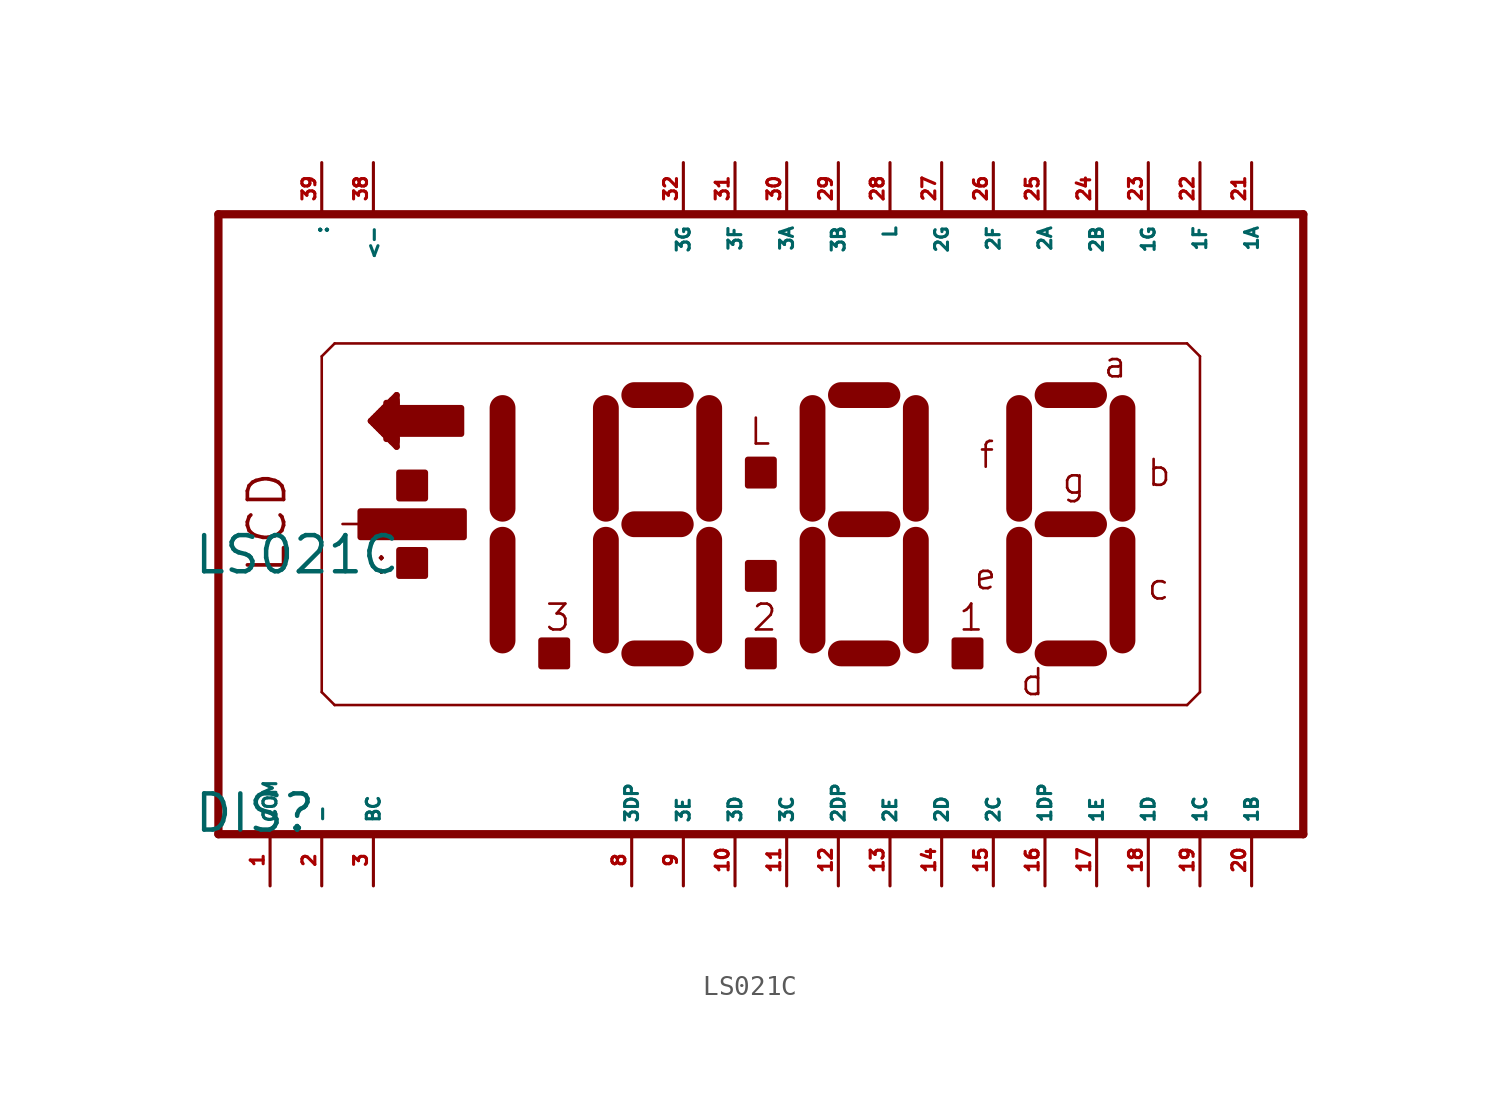
<source format=kicad_sym>
(kicad_symbol_lib
  (version 20220914)
  (generator Eagle2Kicad)
  (symbol "LS021C"
    (property "Reference" "DIS"
      (at -26.67 -15.24 0)
      (effects (font (size 1.778 1.778) (thickness 0.22)) (justify left bottom)))
    (property "Value" "LS021C"
      (at -26.67 -2.54 0)
      (effects (font (size 1.778 1.778) (thickness 0.22)) (justify left bottom)))
    (polyline
      (pts (xy -25.4 -15.24) (xy 27.94 -15.24))
      (stroke (width 0.406) (type default))
      (fill (type none)))
    (polyline
      (pts (xy 27.94 15.24) (xy -25.4 15.24))
      (stroke (width 0.406) (type default))
      (fill (type none)))
    (polyline
      (pts (xy -25.4 15.24) (xy -25.4 -15.24))
      (stroke (width 0.406) (type default))
      (fill (type none)))
    (polyline
      (pts (xy 27.94 -15.24) (xy 27.94 15.24))
      (stroke (width 0.406) (type default))
      (fill (type none)))
    (polyline
      (pts (xy -19.685 8.89) (xy -20.32 8.255))
      (stroke (width 0.127) (type default))
      (fill (type none)))
    (polyline
      (pts (xy -20.32 8.255) (xy -20.32 -8.255))
      (stroke (width 0.127) (type default))
      (fill (type none)))
    (polyline
      (pts (xy -20.32 -8.255) (xy -19.685 -8.89))
      (stroke (width 0.127) (type default))
      (fill (type none)))
    (polyline
      (pts (xy -19.685 -8.89) (xy 22.225 -8.89))
      (stroke (width 0.127) (type default))
      (fill (type none)))
    (polyline
      (pts (xy 22.225 -8.89) (xy 22.86 -8.255))
      (stroke (width 0.127) (type default))
      (fill (type none)))
    (polyline
      (pts (xy 22.86 -8.255) (xy 22.86 8.255))
      (stroke (width 0.127) (type default))
      (fill (type none)))
    (polyline
      (pts (xy 22.86 8.255) (xy 22.225 8.89))
      (stroke (width 0.127) (type default))
      (fill (type none)))
    (polyline
      (pts (xy 22.225 8.89) (xy -19.685 8.89))
      (stroke (width 0.127) (type default))
      (fill (type none)))
    (polyline
      (pts (xy -11.43 -5.715) (xy -11.43 -0.762))
      (stroke (width 1.27) (type default))
      (fill (type none)))
    (polyline
      (pts (xy -11.43 0.762) (xy -11.43 5.715))
      (stroke (width 1.27) (type default))
      (fill (type none)))
    (polyline
      (pts (xy 13.97 5.715) (xy 13.97 0.762))
      (stroke (width 1.27) (type default))
      (fill (type none)))
    (polyline
      (pts (xy 13.97 -0.762) (xy 13.97 -5.715))
      (stroke (width 1.27) (type default))
      (fill (type none)))
    (polyline
      (pts (xy 15.367 -6.35) (xy 17.653 -6.35))
      (stroke (width 1.27) (type default))
      (fill (type none)))
    (polyline
      (pts (xy 19.05 -5.715) (xy 19.05 -0.762))
      (stroke (width 1.27) (type default))
      (fill (type none)))
    (polyline
      (pts (xy 19.05 0.762) (xy 19.05 5.715))
      (stroke (width 1.27) (type default))
      (fill (type none)))
    (polyline
      (pts (xy 15.367 6.35) (xy 17.653 6.35))
      (stroke (width 1.27) (type default))
      (fill (type none)))
    (polyline
      (pts (xy 15.367 0) (xy 17.653 0))
      (stroke (width 1.27) (type default))
      (fill (type none)))
    (polyline
      (pts (xy -6.35 5.715) (xy -6.35 0.762))
      (stroke (width 1.27) (type default))
      (fill (type none)))
    (polyline
      (pts (xy -6.35 -0.762) (xy -6.35 -5.715))
      (stroke (width 1.27) (type default))
      (fill (type none)))
    (polyline
      (pts (xy -4.953 -6.35) (xy -2.667 -6.35))
      (stroke (width 1.27) (type default))
      (fill (type none)))
    (polyline
      (pts (xy -1.27 -5.715) (xy -1.27 -0.762))
      (stroke (width 1.27) (type default))
      (fill (type none)))
    (polyline
      (pts (xy -1.27 0.762) (xy -1.27 5.715))
      (stroke (width 1.27) (type default))
      (fill (type none)))
    (polyline
      (pts (xy -4.953 6.35) (xy -2.667 6.35))
      (stroke (width 1.27) (type default))
      (fill (type none)))
    (polyline
      (pts (xy -4.953 0) (xy -2.667 0))
      (stroke (width 1.27) (type default))
      (fill (type none)))
    (polyline
      (pts (xy 3.81 5.715) (xy 3.81 0.762))
      (stroke (width 1.27) (type default))
      (fill (type none)))
    (polyline
      (pts (xy 3.81 -0.762) (xy 3.81 -5.715))
      (stroke (width 1.27) (type default))
      (fill (type none)))
    (polyline
      (pts (xy 5.207 -6.35) (xy 7.493 -6.35))
      (stroke (width 1.27) (type default))
      (fill (type none)))
    (polyline
      (pts (xy 8.89 -5.715) (xy 8.89 -0.762))
      (stroke (width 1.27) (type default))
      (fill (type none)))
    (polyline
      (pts (xy 8.89 0.762) (xy 8.89 5.715))
      (stroke (width 1.27) (type default))
      (fill (type none)))
    (polyline
      (pts (xy 5.207 6.35) (xy 7.493 6.35))
      (stroke (width 1.27) (type default))
      (fill (type none)))
    (polyline
      (pts (xy 5.207 0) (xy 7.493 0))
      (stroke (width 1.27) (type default))
      (fill (type none)))
    (polyline
      (pts (xy -17.907 5.08) (xy -16.637 6.35))
      (stroke (width 0.305) (type default))
      (fill (type none)))
    (polyline
      (pts (xy -16.637 6.35) (xy -16.637 3.81))
      (stroke (width 0.305) (type default))
      (fill (type none)))
    (polyline
      (pts (xy -16.637 3.81) (xy -17.907 5.08))
      (stroke (width 0.305) (type default))
      (fill (type none)))
    (text "LCD"
      (at -21.971 -2.54 900)
      (effects (font (size 1.778 1.778) (thickness 0.18)) (justify left bottom)))
    (text "L"
      (at 0.635 3.81 0)
      (effects (font (size 1.27 1.27) (thickness 0.13)) (justify left bottom)))
    (text "a"
      (at 18.034 7.112 0)
      (effects (font (size 1.27 1.27) (thickness 0.13)) (justify left bottom)))
    (text "b"
      (at 20.193 1.778 0)
      (effects (font (size 1.27 1.27) (thickness 0.13)) (justify left bottom)))
    (text "c"
      (at 20.193 -3.81 0)
      (effects (font (size 1.27 1.27) (thickness 0.13)) (justify left bottom)))
    (text "d"
      (at 13.97 -8.509 0)
      (effects (font (size 1.27 1.27) (thickness 0.13)) (justify left bottom)))
    (text "e"
      (at 11.684 -3.302 0)
      (effects (font (size 1.27 1.27) (thickness 0.13)) (justify left bottom)))
    (text "f"
      (at 11.938 2.667 0)
      (effects (font (size 1.27 1.27) (thickness 0.13)) (justify left bottom)))
    (text "g"
      (at 16.002 1.397 0)
      (effects (font (size 1.27 1.27) (thickness 0.13)) (justify left bottom)))
    (text ":"
      (at -17.78 -2.54 0)
      (effects (font (size 1.27 1.27) (thickness 0.13)) (justify left bottom)))
    (text "-"
      (at -19.685 -0.635 0)
      (effects (font (size 1.27 1.27) (thickness 0.13)) (justify left bottom)))
    (text "1"
      (at 10.922 -5.334 0)
      (effects (font (size 1.27 1.27) (thickness 0.13)) (justify left bottom)))
    (text "2"
      (at 0.762 -5.334 0)
      (effects (font (size 1.27 1.27) (thickness 0.13)) (justify left bottom)))
    (text "3"
      (at -9.398 -5.334 0)
      (effects (font (size 1.27 1.27) (thickness 0.13)) (justify left bottom)))
    (rectangle
      (start -18.415 -0.635)
      (end -13.335 0.635)
      (stroke (width 0.3) (type default))
      (fill (type outline)))
    (rectangle
      (start -16.51 1.27)
      (end -15.24 2.54)
      (stroke (width 0.3) (type default))
      (fill (type outline)))
    (rectangle
      (start -16.51 -2.54)
      (end -15.24 -1.27)
      (stroke (width 0.3) (type default))
      (fill (type outline)))
    (rectangle
      (start -9.525 -6.985)
      (end -8.255 -5.715)
      (stroke (width 0.3) (type default))
      (fill (type outline)))
    (rectangle
      (start 0.635 -6.985)
      (end 1.905 -5.715)
      (stroke (width 0.3) (type default))
      (fill (type outline)))
    (rectangle
      (start 0.635 -3.175)
      (end 1.905 -1.905)
      (stroke (width 0.3) (type default))
      (fill (type outline)))
    (rectangle
      (start 0.635 1.905)
      (end 1.905 3.175)
      (stroke (width 0.3) (type default))
      (fill (type outline)))
    (rectangle
      (start 10.795 -6.985)
      (end 12.065 -5.715)
      (stroke (width 0.3) (type default))
      (fill (type outline)))
    (rectangle
      (start -17.78 4.953)
      (end -17.272 5.207)
      (stroke (width 0.3) (type default))
      (fill (type outline)))
    (rectangle
      (start -17.653 5.207)
      (end -17.272 5.334)
      (stroke (width 0.3) (type default))
      (fill (type outline)))
    (rectangle
      (start -17.526 5.334)
      (end -17.272 5.461)
      (stroke (width 0.3) (type default))
      (fill (type outline)))
    (rectangle
      (start -17.399 5.461)
      (end -17.272 5.588)
      (stroke (width 0.3) (type default))
      (fill (type outline)))
    (rectangle
      (start -17.653 4.826)
      (end -17.272 4.953)
      (stroke (width 0.3) (type default))
      (fill (type outline)))
    (rectangle
      (start -17.526 4.699)
      (end -17.272 4.826)
      (stroke (width 0.3) (type default))
      (fill (type outline)))
    (rectangle
      (start -17.399 4.572)
      (end -17.272 4.699)
      (stroke (width 0.3) (type default))
      (fill (type outline)))
    (rectangle
      (start -17.145 5.715)
      (end -16.637 5.969)
      (stroke (width 0.3) (type default))
      (fill (type outline)))
    (rectangle
      (start -16.891 5.969)
      (end -16.637 6.096)
      (stroke (width 0.3) (type default))
      (fill (type outline)))
    (rectangle
      (start -17.145 4.191)
      (end -16.637 4.445)
      (stroke (width 0.3) (type default))
      (fill (type outline)))
    (rectangle
      (start -16.891 4.064)
      (end -16.637 4.191)
      (stroke (width 0.3) (type default))
      (fill (type outline)))
    (rectangle
      (start -17.272 4.445)
      (end -13.462 5.715)
      (stroke (width 0.3) (type default))
      (fill (type outline)))
    (pin passive line
      (at -22.86 -17.78 90)
      (length 2.54)
      (name "COM" (effects (font (size 0.635 0.635) (thickness 0.08)) (justify left bottom)))
      (number "1" (effects (font (size 0.635 0.635) (thickness 0.08)) (justify left bottom))))
    (pin passive line
      (at -20.32 -17.78 90)
      (length 2.54)
      (name "-" (effects (font (size 0.635 0.635) (thickness 0.08)) (justify left bottom)))
      (number "2" (effects (font (size 0.635 0.635) (thickness 0.08)) (justify left bottom))))
    (pin passive line
      (at -17.78 -17.78 90)
      (length 2.54)
      (name "BC" (effects (font (size 0.635 0.635) (thickness 0.08)) (justify left bottom)))
      (number "3" (effects (font (size 0.635 0.635) (thickness 0.08)) (justify left bottom))))
    (pin passive line
      (at -5.08 -17.78 90)
      (length 2.54)
      (name "3DP" (effects (font (size 0.635 0.635) (thickness 0.08)) (justify left bottom)))
      (number "8" (effects (font (size 0.635 0.635) (thickness 0.08)) (justify left bottom))))
    (pin passive line
      (at -2.54 -17.78 90)
      (length 2.54)
      (name "3E" (effects (font (size 0.635 0.635) (thickness 0.08)) (justify left bottom)))
      (number "9" (effects (font (size 0.635 0.635) (thickness 0.08)) (justify left bottom))))
    (pin passive line
      (at 0 -17.78 90)
      (length 2.54)
      (name "3D" (effects (font (size 0.635 0.635) (thickness 0.08)) (justify left bottom)))
      (number "10" (effects (font (size 0.635 0.635) (thickness 0.08)) (justify left bottom))))
    (pin passive line
      (at 2.54 -17.78 90)
      (length 2.54)
      (name "3C" (effects (font (size 0.635 0.635) (thickness 0.08)) (justify left bottom)))
      (number "11" (effects (font (size 0.635 0.635) (thickness 0.08)) (justify left bottom))))
    (pin passive line
      (at 5.08 -17.78 90)
      (length 2.54)
      (name "2DP" (effects (font (size 0.635 0.635) (thickness 0.08)) (justify left bottom)))
      (number "12" (effects (font (size 0.635 0.635) (thickness 0.08)) (justify left bottom))))
    (pin passive line
      (at 7.62 -17.78 90)
      (length 2.54)
      (name "2E" (effects (font (size 0.635 0.635) (thickness 0.08)) (justify left bottom)))
      (number "13" (effects (font (size 0.635 0.635) (thickness 0.08)) (justify left bottom))))
    (pin passive line
      (at 10.16 -17.78 90)
      (length 2.54)
      (name "2D" (effects (font (size 0.635 0.635) (thickness 0.08)) (justify left bottom)))
      (number "14" (effects (font (size 0.635 0.635) (thickness 0.08)) (justify left bottom))))
    (pin passive line
      (at 12.7 -17.78 90)
      (length 2.54)
      (name "2C" (effects (font (size 0.635 0.635) (thickness 0.08)) (justify left bottom)))
      (number "15" (effects (font (size 0.635 0.635) (thickness 0.08)) (justify left bottom))))
    (pin passive line
      (at 15.24 -17.78 90)
      (length 2.54)
      (name "1DP" (effects (font (size 0.635 0.635) (thickness 0.08)) (justify left bottom)))
      (number "16" (effects (font (size 0.635 0.635) (thickness 0.08)) (justify left bottom))))
    (pin passive line
      (at 17.78 -17.78 90)
      (length 2.54)
      (name "1E" (effects (font (size 0.635 0.635) (thickness 0.08)) (justify left bottom)))
      (number "17" (effects (font (size 0.635 0.635) (thickness 0.08)) (justify left bottom))))
    (pin passive line
      (at 20.32 -17.78 90)
      (length 2.54)
      (name "1D" (effects (font (size 0.635 0.635) (thickness 0.08)) (justify left bottom)))
      (number "18" (effects (font (size 0.635 0.635) (thickness 0.08)) (justify left bottom))))
    (pin passive line
      (at 22.86 -17.78 90)
      (length 2.54)
      (name "1C" (effects (font (size 0.635 0.635) (thickness 0.08)) (justify left bottom)))
      (number "19" (effects (font (size 0.635 0.635) (thickness 0.08)) (justify left bottom))))
    (pin passive line
      (at 25.4 -17.78 90)
      (length 2.54)
      (name "1B" (effects (font (size 0.635 0.635) (thickness 0.08)) (justify left bottom)))
      (number "20" (effects (font (size 0.635 0.635) (thickness 0.08)) (justify left bottom))))
    (pin passive line
      (at 25.4 17.78 270)
      (length 2.54)
      (name "1A" (effects (font (size 0.635 0.635) (thickness 0.08)) (justify left bottom)))
      (number "21" (effects (font (size 0.635 0.635) (thickness 0.08)) (justify left bottom))))
    (pin passive line
      (at 22.86 17.78 270)
      (length 2.54)
      (name "1F" (effects (font (size 0.635 0.635) (thickness 0.08)) (justify left bottom)))
      (number "22" (effects (font (size 0.635 0.635) (thickness 0.08)) (justify left bottom))))
    (pin passive line
      (at 20.32 17.78 270)
      (length 2.54)
      (name "1G" (effects (font (size 0.635 0.635) (thickness 0.08)) (justify left bottom)))
      (number "23" (effects (font (size 0.635 0.635) (thickness 0.08)) (justify left bottom))))
    (pin passive line
      (at 17.78 17.78 270)
      (length 2.54)
      (name "2B" (effects (font (size 0.635 0.635) (thickness 0.08)) (justify left bottom)))
      (number "24" (effects (font (size 0.635 0.635) (thickness 0.08)) (justify left bottom))))
    (pin passive line
      (at 15.24 17.78 270)
      (length 2.54)
      (name "2A" (effects (font (size 0.635 0.635) (thickness 0.08)) (justify left bottom)))
      (number "25" (effects (font (size 0.635 0.635) (thickness 0.08)) (justify left bottom))))
    (pin passive line
      (at 12.7 17.78 270)
      (length 2.54)
      (name "2F" (effects (font (size 0.635 0.635) (thickness 0.08)) (justify left bottom)))
      (number "26" (effects (font (size 0.635 0.635) (thickness 0.08)) (justify left bottom))))
    (pin passive line
      (at 10.16 17.78 270)
      (length 2.54)
      (name "2G" (effects (font (size 0.635 0.635) (thickness 0.08)) (justify left bottom)))
      (number "27" (effects (font (size 0.635 0.635) (thickness 0.08)) (justify left bottom))))
    (pin passive line
      (at 7.62 17.78 270)
      (length 2.54)
      (name "L" (effects (font (size 0.635 0.635) (thickness 0.08)) (justify left bottom)))
      (number "28" (effects (font (size 0.635 0.635) (thickness 0.08)) (justify left bottom))))
    (pin passive line
      (at 5.08 17.78 270)
      (length 2.54)
      (name "3B" (effects (font (size 0.635 0.635) (thickness 0.08)) (justify left bottom)))
      (number "29" (effects (font (size 0.635 0.635) (thickness 0.08)) (justify left bottom))))
    (pin passive line
      (at 2.54 17.78 270)
      (length 2.54)
      (name "3A" (effects (font (size 0.635 0.635) (thickness 0.08)) (justify left bottom)))
      (number "30" (effects (font (size 0.635 0.635) (thickness 0.08)) (justify left bottom))))
    (pin passive line
      (at 0 17.78 270)
      (length 2.54)
      (name "3F" (effects (font (size 0.635 0.635) (thickness 0.08)) (justify left bottom)))
      (number "31" (effects (font (size 0.635 0.635) (thickness 0.08)) (justify left bottom))))
    (pin passive line
      (at -2.54 17.78 270)
      (length 2.54)
      (name "3G" (effects (font (size 0.635 0.635) (thickness 0.08)) (justify left bottom)))
      (number "32" (effects (font (size 0.635 0.635) (thickness 0.08)) (justify left bottom))))
    (pin passive line
      (at -17.78 17.78 270)
      (length 2.54)
      (name "<-" (effects (font (size 0.635 0.635) (thickness 0.08)) (justify left bottom)))
      (number "38" (effects (font (size 0.635 0.635) (thickness 0.08)) (justify left bottom))))
    (pin passive line
      (at -20.32 17.78 270)
      (length 2.54)
      (name ":" (effects (font (size 0.635 0.635) (thickness 0.08)) (justify left bottom)))
      (number "39" (effects (font (size 0.635 0.635) (thickness 0.08)) (justify left bottom))))))
</source>
